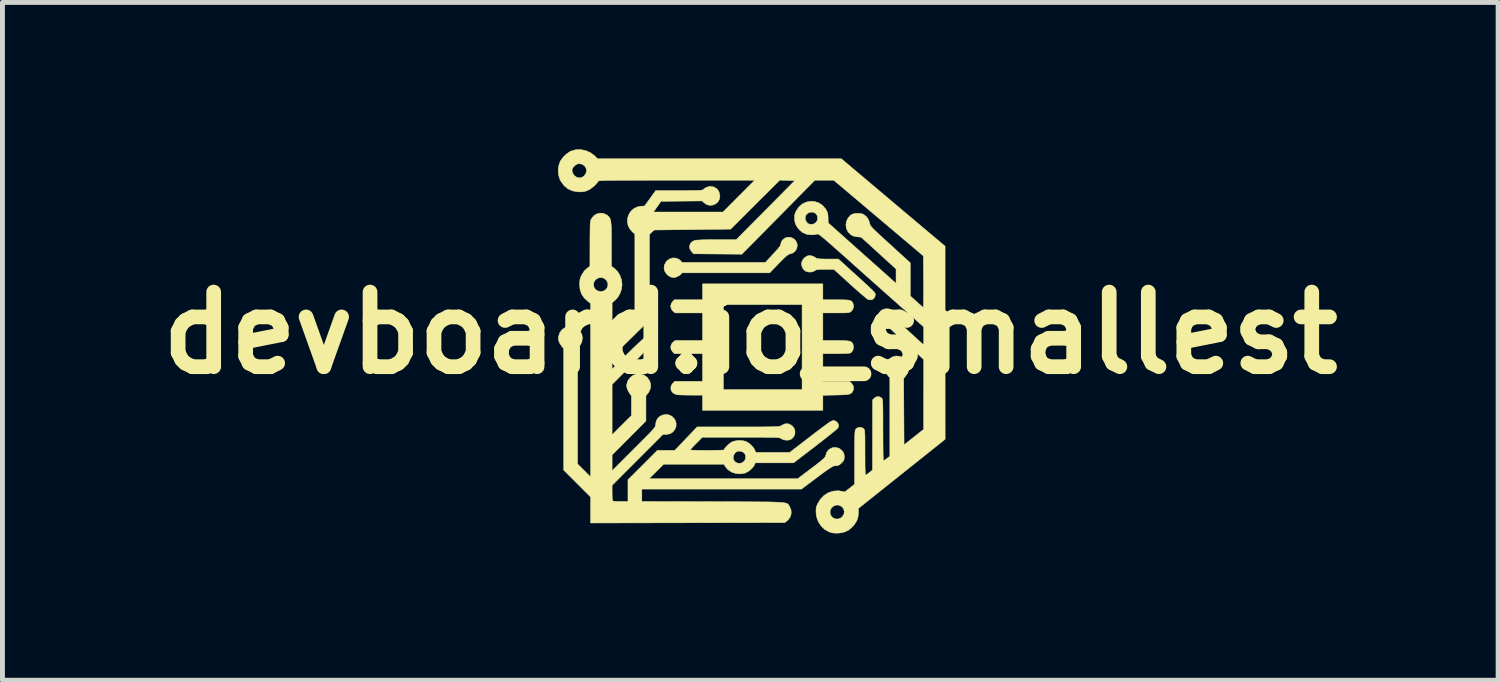
<source format=kicad_pcb>
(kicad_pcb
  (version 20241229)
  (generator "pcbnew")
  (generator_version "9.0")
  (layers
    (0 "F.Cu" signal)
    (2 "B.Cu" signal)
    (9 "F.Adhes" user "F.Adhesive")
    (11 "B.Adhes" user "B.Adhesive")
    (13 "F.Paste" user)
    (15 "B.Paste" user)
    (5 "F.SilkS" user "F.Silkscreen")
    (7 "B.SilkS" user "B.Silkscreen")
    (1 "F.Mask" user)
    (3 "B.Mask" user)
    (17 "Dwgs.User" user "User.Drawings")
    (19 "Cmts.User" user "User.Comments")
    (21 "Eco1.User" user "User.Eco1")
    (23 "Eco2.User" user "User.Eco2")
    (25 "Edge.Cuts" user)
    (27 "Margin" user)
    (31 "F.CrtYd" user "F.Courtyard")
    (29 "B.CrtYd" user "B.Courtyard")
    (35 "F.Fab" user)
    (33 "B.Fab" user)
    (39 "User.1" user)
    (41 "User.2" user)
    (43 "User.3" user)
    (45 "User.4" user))
  (footprint "devboard.io_smallest"
    (layer "F.Cu")
    (at 12.272 3.749)
    (property "Reference" "devboard.io_smallest" (at 0 0 0) (layer "F.SilkS") (effects (font (size 1.524 1.524) (thickness 0.3))))
    (attr through_hole)
    (fp_poly (pts (xy 0.839 -1.947) (xy 0.892 -1.92) (xy 0.932 -1.876) (xy 0.956 -1.819) (xy 0.96 -1.784) (xy 0.947 -1.719) (xy 0.911 -1.665) (xy 0.859 -1.628) (xy 0.819 -1.616) (xy 0.796 -1.61) (xy 0.773 -1.598) (xy 0.745 -1.578) (xy 0.709 -1.547) (xy 0.662 -1.501) (xy 0.6 -1.438) (xy 0.58 -1.417) (xy 0.396 -1.228) (xy -1.392 -1.228) (xy -1.425 -1.192) (xy -1.455 -1.17) (xy -1.495 -1.149) (xy -1.535 -1.134) (xy -1.564 -1.131) (xy -1.566 -1.131) (xy -1.584 -1.134) (xy -1.613 -1.139) (xy -1.646 -1.153) (xy -1.685 -1.18) (xy -1.7 -1.193) (xy -1.744 -1.255) (xy -1.762 -1.322) (xy -1.753 -1.389) (xy -1.718 -1.453) (xy -1.7 -1.474) (xy -1.641 -1.515) (xy -1.575 -1.532) (xy -1.508 -1.526) (xy -1.447 -1.495) (xy -1.42 -1.47) (xy -1.393 -1.439) (xy 0.308 -1.439) (xy 0.461 -1.603) (xy 0.513 -1.66) (xy 0.559 -1.712) (xy 0.593 -1.754) (xy 0.614 -1.782) (xy 0.618 -1.79) (xy 0.628 -1.84) (xy 0.641 -1.873) (xy 0.662 -1.9) (xy 0.67 -1.908) (xy 0.723 -1.944) (xy 0.781 -1.956) (xy 0.839 -1.947)) (stroke (width 0.01) (type solid)) (fill yes) (layer "F.SilkS"))
    (fp_poly (pts (xy 1.29 -1.562) (xy 1.318 -1.545) (xy 1.339 -1.532) (xy 1.36 -1.522) (xy 1.387 -1.516) (xy 1.423 -1.512) (xy 1.475 -1.51) (xy 1.547 -1.509) (xy 1.585 -1.509) (xy 1.799 -1.509) (xy 2.095 -1.24) (xy 2.205 -1.14) (xy 2.296 -1.058) (xy 2.37 -0.99) (xy 2.428 -0.936) (xy 2.472 -0.894) (xy 2.505 -0.862) (xy 2.527 -0.837) (xy 2.542 -0.819) (xy 2.55 -0.805) (xy 2.553 -0.794) (xy 2.554 -0.783) (xy 2.554 -0.782) (xy 2.542 -0.729) (xy 2.511 -0.692) (xy 2.466 -0.674) (xy 2.413 -0.681) (xy 2.405 -0.684) (xy 2.384 -0.698) (xy 2.346 -0.729) (xy 2.293 -0.773) (xy 2.228 -0.829) (xy 2.153 -0.895) (xy 2.072 -0.967) (xy 2.036 -1) (xy 1.708 -1.298) (xy 1.53 -1.298) (xy 1.454 -1.298) (xy 1.401 -1.296) (xy 1.365 -1.292) (xy 1.34 -1.285) (xy 1.321 -1.274) (xy 1.316 -1.27) (xy 1.269 -1.248) (xy 1.21 -1.242) (xy 1.15 -1.253) (xy 1.136 -1.258) (xy 1.105 -1.281) (xy 1.074 -1.317) (xy 1.07 -1.323) (xy 1.047 -1.385) (xy 1.051 -1.447) (xy 1.081 -1.506) (xy 1.107 -1.535) (xy 1.164 -1.572) (xy 1.225 -1.581) (xy 1.29 -1.562)) (stroke (width 0.01) (type solid)) (fill yes) (layer "F.SilkS"))
    (fp_poly (pts (xy 1.482 -0.677) (xy 1.754 -0.677) (xy 1.857 -0.677) (xy 1.935 -0.675) (xy 1.993 -0.671) (xy 2.034 -0.663) (xy 2.062 -0.651) (xy 2.081 -0.634) (xy 2.094 -0.611) (xy 2.102 -0.588) (xy 2.109 -0.528) (xy 2.088 -0.473) (xy 2.058 -0.439) (xy 2.046 -0.429) (xy 2.031 -0.421) (xy 2.009 -0.416) (xy 1.976 -0.412) (xy 1.928 -0.41) (xy 1.86 -0.409) (xy 1.769 -0.409) (xy 1.754 -0.409) (xy 1.482 -0.409) (xy 1.482 0.155) (xy 1.75 0.155) (xy 1.854 0.156) (xy 1.934 0.158) (xy 1.993 0.163) (xy 2.034 0.171) (xy 2.063 0.184) (xy 2.082 0.202) (xy 2.095 0.227) (xy 2.103 0.247) (xy 2.108 0.299) (xy 2.095 0.351) (xy 2.068 0.393) (xy 2.048 0.408) (xy 2.023 0.414) (xy 1.972 0.418) (xy 1.9 0.421) (xy 1.807 0.423) (xy 1.751 0.423) (xy 1.482 0.423) (xy 1.482 0.988) (xy 2.028 0.988) (xy 2.064 1.024) (xy 2.101 1.077) (xy 2.111 1.133) (xy 2.096 1.184) (xy 2.081 1.21) (xy 2.064 1.229) (xy 2.039 1.243) (xy 2.004 1.253) (xy 1.955 1.26) (xy 1.887 1.264) (xy 1.797 1.267) (xy 1.746 1.268) (xy 1.482 1.273) (xy 1.482 1.58) (xy -0.974 1.58) (xy -0.974 1.27) (xy -1.21 1.27) (xy -1.293 1.269) (xy -1.37 1.268) (xy -1.435 1.266) (xy -1.482 1.263) (xy -1.499 1.261) (xy -1.558 1.24) (xy -1.599 1.202) (xy -1.621 1.153) (xy -1.621 1.1) (xy -1.598 1.048) (xy -1.582 1.029) (xy -1.54 0.988) (xy -0.974 0.988) (xy -0.974 0.423) (xy -1.548 0.423) (xy -1.586 0.386) (xy -1.617 0.337) (xy -1.625 0.282) (xy -1.61 0.228) (xy -1.579 0.192) (xy -1.536 0.155) (xy -0.974 0.155) (xy -0.974 -0.409) (xy -1.255 -0.409) (xy -1.536 -0.409) (xy -1.579 -0.446) (xy -1.614 -0.492) (xy -1.626 -0.546) (xy -1.618 -0.579) (xy -0.55 -0.579) (xy -0.55 1.157) (xy 1.058 1.157) (xy 1.058 -0.579) (xy -0.55 -0.579) (xy -1.618 -0.579) (xy -1.613 -0.6) (xy -1.586 -0.64) (xy -1.548 -0.677) (xy -0.974 -0.677) (xy -0.974 -1.002) (xy 1.482 -1.002) (xy 1.482 -0.677)) (stroke (width 0.01) (type solid)) (fill yes) (layer "F.SilkS"))
    (fp_poly (pts (xy -3.364 -3.724) (xy -3.269 -3.684) (xy -3.186 -3.623) (xy -3.176 -3.614) (xy -3.119 -3.556) (xy 1.86 -3.556) (xy 2.919 -2.663) (xy 3.978 -1.771) (xy 3.978 0.2) (xy 3.979 2.171) (xy 3.094 2.877) (xy 2.208 3.583) (xy 2.208 3.679) (xy 2.199 3.764) (xy 2.173 3.839) (xy 2.126 3.912) (xy 2.088 3.957) (xy 2.014 4.022) (xy 1.93 4.064) (xy 1.831 4.085) (xy 1.793 4.088) (xy 1.723 4.088) (xy 1.668 4.081) (xy 1.615 4.064) (xy 1.61 4.062) (xy 1.519 4.012) (xy 1.445 3.94) (xy 1.388 3.852) (xy 1.353 3.751) (xy 1.343 3.673) (xy 1.342 3.638) (xy 1.629 3.638) (xy 1.631 3.693) (xy 1.644 3.725) (xy 1.682 3.772) (xy 1.733 3.797) (xy 1.789 3.801) (xy 1.845 3.781) (xy 1.88 3.752) (xy 1.913 3.699) (xy 1.92 3.641) (xy 1.902 3.585) (xy 1.878 3.555) (xy 1.829 3.522) (xy 1.776 3.513) (xy 1.725 3.523) (xy 1.68 3.55) (xy 1.647 3.589) (xy 1.629 3.638) (xy 1.342 3.638) (xy 1.342 3.612) (xy 1.347 3.565) (xy 1.362 3.521) (xy 1.372 3.496) (xy 1.431 3.398) (xy 1.505 3.32) (xy 1.593 3.264) (xy 1.69 3.231) (xy 1.793 3.223) (xy 1.856 3.232) (xy 1.932 3.247) (xy 2.131 3.089) (xy 2.131 2.541) (xy 2.131 2.402) (xy 2.131 2.288) (xy 2.132 2.197) (xy 2.133 2.125) (xy 2.135 2.071) (xy 2.137 2.031) (xy 2.14 2.003) (xy 2.145 1.984) (xy 2.15 1.971) (xy 2.157 1.961) (xy 2.157 1.96) (xy 2.194 1.935) (xy 2.242 1.927) (xy 2.29 1.938) (xy 2.314 1.954) (xy 2.321 1.962) (xy 2.328 1.972) (xy 2.333 1.988) (xy 2.336 2.012) (xy 2.339 2.048) (xy 2.341 2.097) (xy 2.342 2.165) (xy 2.342 2.252) (xy 2.342 2.363) (xy 2.342 2.443) (xy 2.343 2.555) (xy 2.343 2.656) (xy 2.344 2.745) (xy 2.346 2.817) (xy 2.348 2.871) (xy 2.349 2.901) (xy 2.351 2.907) (xy 2.366 2.899) (xy 2.395 2.878) (xy 2.428 2.854) (xy 2.496 2.801) (xy 2.498 1.367) (xy 2.532 1.333) (xy 2.578 1.304) (xy 2.627 1.301) (xy 2.673 1.322) (xy 2.678 1.327) (xy 2.686 1.334) (xy 2.692 1.343) (xy 2.697 1.355) (xy 2.701 1.374) (xy 2.704 1.402) (xy 2.706 1.441) (xy 2.707 1.494) (xy 2.708 1.564) (xy 2.709 1.653) (xy 2.709 1.763) (xy 2.709 1.898) (xy 2.709 1.983) (xy 2.71 2.113) (xy 2.71 2.234) (xy 2.711 2.343) (xy 2.712 2.437) (xy 2.714 2.514) (xy 2.715 2.57) (xy 2.717 2.603) (xy 2.719 2.611) (xy 2.734 2.603) (xy 2.764 2.583) (xy 2.789 2.565) (xy 2.85 2.519) (xy 2.85 1.717) (xy 2.85 0.915) (xy 2.801 0.857) (xy 2.771 0.818) (xy 2.756 0.783) (xy 2.752 0.738) (xy 2.752 0.723) (xy 2.752 0.721) (xy 2.893 0.721) (xy 2.905 0.766) (xy 2.936 0.799) (xy 2.977 0.816) (xy 3.023 0.814) (xy 3.062 0.79) (xy 3.085 0.75) (xy 3.089 0.702) (xy 3.076 0.659) (xy 3.062 0.642) (xy 3.019 0.619) (xy 2.973 0.619) (xy 2.932 0.639) (xy 2.903 0.675) (xy 2.893 0.721) (xy 2.752 0.721) (xy 2.76 0.646) (xy 2.788 0.584) (xy 2.836 0.531) (xy 2.907 0.488) (xy 2.981 0.471) (xy 3.055 0.479) (xy 3.122 0.51) (xy 3.18 0.564) (xy 3.211 0.614) (xy 3.237 0.686) (xy 3.238 0.751) (xy 3.215 0.816) (xy 3.181 0.867) (xy 3.132 0.93) (xy 3.14 2.286) (xy 3.541 1.968) (xy 3.541 1.255) (xy 3.542 0.542) (xy 3.201 0.229) (xy 2.86 -0.085) (xy 2.794 -0.085) (xy 2.725 -0.097) (xy 2.664 -0.131) (xy 2.616 -0.182) (xy 2.588 -0.243) (xy 2.582 -0.286) (xy 2.593 -0.341) (xy 2.622 -0.398) (xy 2.661 -0.447) (xy 2.685 -0.466) (xy 2.75 -0.491) (xy 2.817 -0.493) (xy 2.882 -0.474) (xy 2.938 -0.438) (xy 2.98 -0.387) (xy 3.003 -0.325) (xy 3.006 -0.295) (xy 3.007 -0.278) (xy 3.012 -0.261) (xy 3.024 -0.241) (xy 3.045 -0.215) (xy 3.078 -0.181) (xy 3.125 -0.135) (xy 3.189 -0.076) (xy 3.241 -0.027) (xy 3.311 0.037) (xy 3.375 0.096) (xy 3.431 0.147) (xy 3.475 0.186) (xy 3.503 0.211) (xy 3.509 0.216) (xy 3.542 0.242) (xy 3.542 -0.123) (xy 3.13 -0.488) (xy 3.041 -0.568) (xy 2.934 -0.663) (xy 2.813 -0.77) (xy 2.682 -0.887) (xy 2.545 -1.009) (xy 2.404 -1.134) (xy 2.264 -1.259) (xy 2.128 -1.38) (xy 2.058 -1.443) (xy 1.924 -1.563) (xy 1.808 -1.665) (xy 1.711 -1.751) (xy 1.63 -1.823) (xy 1.563 -1.881) (xy 1.51 -1.926) (xy 1.467 -1.961) (xy 1.435 -1.987) (xy 1.41 -2.004) (xy 1.392 -2.014) (xy 1.379 -2.019) (xy 1.369 -2.02) (xy 1.361 -2.018) (xy 1.326 -2.01) (xy 1.277 -2.005) (xy 1.244 -2.004) (xy 1.148 -2.016) (xy 1.064 -2.054) (xy 0.993 -2.117) (xy 0.965 -2.154) (xy 0.934 -2.203) (xy 0.917 -2.244) (xy 0.908 -2.292) (xy 0.906 -2.326) (xy 0.906 -2.332) (xy 1.121 -2.332) (xy 1.135 -2.288) (xy 1.158 -2.254) (xy 1.181 -2.231) (xy 1.182 -2.231) (xy 1.231 -2.216) (xy 1.286 -2.222) (xy 1.333 -2.247) (xy 1.367 -2.292) (xy 1.378 -2.342) (xy 1.37 -2.391) (xy 1.343 -2.433) (xy 1.301 -2.461) (xy 1.257 -2.469) (xy 1.198 -2.458) (xy 1.153 -2.428) (xy 1.126 -2.384) (xy 1.121 -2.332) (xy 0.906 -2.332) (xy 0.905 -2.383) (xy 0.91 -2.425) (xy 0.926 -2.467) (xy 0.941 -2.497) (xy 0.997 -2.577) (xy 1.067 -2.636) (xy 1.147 -2.673) (xy 1.232 -2.688) (xy 1.317 -2.682) (xy 1.4 -2.655) (xy 1.474 -2.605) (xy 1.537 -2.534) (xy 1.548 -2.516) (xy 1.571 -2.472) (xy 1.583 -2.429) (xy 1.588 -2.375) (xy 1.589 -2.347) (xy 1.591 -2.247) (xy 2.252 -1.657) (xy 2.369 -1.553) (xy 2.481 -1.454) (xy 2.585 -1.361) (xy 2.679 -1.277) (xy 2.762 -1.203) (xy 2.833 -1.14) (xy 2.887 -1.091) (xy 2.925 -1.058) (xy 2.945 -1.041) (xy 2.946 -1.04) (xy 2.977 -1.011) (xy 2.977 -1.306) (xy 2.622 -1.63) (xy 2.267 -1.954) (xy 2.186 -1.963) (xy 2.114 -1.976) (xy 2.06 -2.002) (xy 2.012 -2.048) (xy 1.994 -2.069) (xy 1.963 -2.133) (xy 1.953 -2.204) (xy 1.964 -2.276) (xy 1.994 -2.343) (xy 2.042 -2.398) (xy 2.077 -2.422) (xy 2.134 -2.439) (xy 2.203 -2.444) (xy 2.269 -2.436) (xy 2.31 -2.422) (xy 2.367 -2.379) (xy 2.411 -2.319) (xy 2.436 -2.251) (xy 2.438 -2.24) (xy 2.441 -2.224) (xy 2.446 -2.209) (xy 2.455 -2.192) (xy 2.471 -2.171) (xy 2.494 -2.144) (xy 2.528 -2.109) (xy 2.575 -2.065) (xy 2.635 -2.008) (xy 2.711 -1.938) (xy 2.806 -1.852) (xy 2.856 -1.806) (xy 3.267 -1.431) (xy 3.267 -0.755) (xy 3.396 -0.639) (xy 3.446 -0.594) (xy 3.489 -0.557) (xy 3.519 -0.532) (xy 3.534 -0.522) (xy 3.534 -0.522) (xy 3.536 -0.536) (xy 3.537 -0.574) (xy 3.538 -0.635) (xy 3.539 -0.715) (xy 3.539 -0.81) (xy 3.539 -0.919) (xy 3.539 -1.037) (xy 3.539 -1.048) (xy 3.535 -1.573) (xy 2.62 -2.346) (xy 1.705 -3.119) (xy 1.319 -3.119) (xy 0.573 -2.363) (xy -0.173 -1.608) (xy -1.159 -1.616) (xy -1.201 -1.662) (xy -1.233 -1.716) (xy -1.24 -1.772) (xy -1.224 -1.824) (xy -1.185 -1.865) (xy -1.132 -1.89) (xy -1.103 -1.894) (xy -1.049 -1.898) (xy -0.975 -1.901) (xy -0.884 -1.903) (xy -0.779 -1.905) (xy -0.683 -1.905) (xy -0.287 -1.905) (xy 0.312 -2.508) (xy 0.91 -3.111) (xy 0.601 -3.12) (xy 0.099 -2.62) (xy -0.402 -2.12) (xy -1.183 -2.111) (xy -1.964 -2.102) (xy -2.012 -2.057) (xy -2.06 -2.012) (xy -2.06 -1.136) (xy -2.06 -0.261) (xy -2.441 0.113) (xy -2.823 0.487) (xy -2.823 0.614) (xy -2.822 0.741) (xy -2.508 0.427) (xy -2.43 0.35) (xy -2.356 0.278) (xy -2.29 0.215) (xy -2.234 0.164) (xy -2.192 0.126) (xy -2.165 0.105) (xy -2.159 0.101) (xy -2.109 0.096) (xy -2.065 0.113) (xy -2.034 0.147) (xy -2.021 0.193) (xy -2.024 0.221) (xy -2.038 0.244) (xy -2.072 0.286) (xy -2.127 0.347) (xy -2.203 0.427) (xy -2.299 0.526) (xy -2.416 0.644) (xy -2.428 0.656) (xy -2.822 1.052) (xy -2.822 2.081) (xy -2.625 1.884) (xy -2.427 1.687) (xy -2.427 1.287) (xy -2.477 1.214) (xy -2.514 1.141) (xy -2.526 1.073) (xy -2.511 1.004) (xy -2.498 0.974) (xy -2.45 0.908) (xy -2.389 0.863) (xy -2.318 0.839) (xy -2.245 0.838) (xy -2.173 0.859) (xy -2.109 0.905) (xy -2.098 0.917) (xy -2.052 0.986) (xy -2.033 1.061) (xy -2.04 1.137) (xy -2.074 1.21) (xy -2.088 1.229) (xy -2.131 1.282) (xy -2.131 1.798) (xy -2.477 2.145) (xy -2.822 2.491) (xy -2.822 2.815) (xy -2.378 2.371) (xy -2.272 2.265) (xy -2.184 2.177) (xy -2.113 2.105) (xy -2.057 2.048) (xy -2.014 2.002) (xy -1.982 1.967) (xy -1.96 1.939) (xy -1.946 1.919) (xy -1.938 1.902) (xy -1.934 1.888) (xy -1.933 1.874) (xy -1.933 1.87) (xy -1.921 1.799) (xy -1.889 1.743) (xy -1.842 1.701) (xy -1.784 1.675) (xy -1.721 1.666) (xy -1.658 1.675) (xy -1.599 1.704) (xy -1.551 1.754) (xy -1.536 1.778) (xy -1.514 1.845) (xy -1.517 1.913) (xy -1.542 1.974) (xy -1.585 2.025) (xy -1.643 2.06) (xy -1.714 2.074) (xy -1.72 2.074) (xy -1.785 2.074) (xy -2.822 3.112) (xy -2.822 3.255) (xy -2.821 3.318) (xy -2.819 3.372) (xy -2.816 3.409) (xy -2.814 3.421) (xy -2.805 3.431) (xy -2.786 3.437) (xy -2.751 3.441) (xy -2.696 3.443) (xy -2.651 3.443) (xy -2.498 3.443) (xy -2.498 2.998) (xy -2.198 2.699) (xy -2.057 2.558) (xy -0.35 2.558) (xy -0.334 2.604) (xy -0.302 2.639) (xy -0.258 2.66) (xy -0.205 2.663) (xy -0.156 2.646) (xy -0.119 2.613) (xy -0.1 2.578) (xy -0.093 2.519) (xy -0.11 2.469) (xy -0.148 2.433) (xy -0.204 2.414) (xy -0.228 2.413) (xy -0.27 2.419) (xy -0.303 2.442) (xy -0.316 2.456) (xy -0.345 2.508) (xy -0.35 2.558) (xy -2.057 2.558) (xy -1.898 2.399) (xy -1.542 2.399) (xy -1.313 2.159) (xy -1.084 1.919) (xy -0.244 1.919) (xy -0.069 1.919) (xy 0.08 1.919) (xy 0.205 1.919) (xy 0.309 1.918) (xy 0.393 1.917) (xy 0.46 1.916) (xy 0.513 1.914) (xy 0.552 1.912) (xy 0.581 1.909) (xy 0.602 1.906) (xy 0.616 1.902) (xy 0.626 1.897) (xy 0.634 1.892) (xy 0.698 1.859) (xy 0.761 1.854) (xy 0.794 1.862) (xy 0.852 1.894) (xy 0.892 1.941) (xy 0.912 1.997) (xy 0.912 2.057) (xy 0.891 2.114) (xy 0.848 2.161) (xy 0.838 2.168) (xy 0.785 2.188) (xy 0.723 2.19) (xy 0.663 2.175) (xy 0.638 2.161) (xy 0.629 2.155) (xy 0.618 2.149) (xy 0.605 2.145) (xy 0.586 2.141) (xy 0.559 2.138) (xy 0.522 2.135) (xy 0.473 2.134) (xy 0.409 2.132) (xy 0.328 2.132) (xy 0.228 2.131) (xy 0.107 2.131) (xy -0.039 2.131) (xy -0.193 2.131) (xy -0.981 2.131) (xy -1.104 2.255) (xy -1.152 2.303) (xy -1.19 2.344) (xy -1.217 2.374) (xy -1.228 2.388) (xy -1.228 2.389) (xy -1.214 2.391) (xy -1.176 2.394) (xy -1.118 2.396) (xy -1.043 2.398) (xy -0.954 2.399) (xy -0.882 2.399) (xy -0.787 2.398) (xy -0.701 2.397) (xy -0.63 2.395) (xy -0.576 2.393) (xy -0.544 2.39) (xy -0.536 2.387) (xy -0.526 2.365) (xy -0.5 2.332) (xy -0.463 2.295) (xy -0.423 2.259) (xy -0.386 2.233) (xy -0.376 2.227) (xy -0.313 2.206) (xy -0.236 2.197) (xy -0.158 2.2) (xy -0.091 2.215) (xy -0.083 2.219) (xy -0.028 2.252) (xy 0.027 2.301) (xy 0.072 2.355) (xy 0.093 2.394) (xy 0.113 2.441) (xy 0.805 2.441) (xy 1.203 2.135) (xy 1.297 2.062) (xy 1.386 1.995) (xy 1.467 1.934) (xy 1.537 1.883) (xy 1.592 1.842) (xy 1.631 1.815) (xy 1.649 1.804) (xy 1.693 1.788) (xy 1.73 1.794) (xy 1.771 1.822) (xy 1.774 1.825) (xy 1.801 1.865) (xy 1.801 1.912) (xy 1.788 1.942) (xy 1.773 1.957) (xy 1.739 1.987) (xy 1.687 2.03) (xy 1.619 2.084) (xy 1.54 2.147) (xy 1.451 2.217) (xy 1.354 2.292) (xy 1.327 2.313) (xy 0.883 2.653) (xy 0.102 2.653) (xy 0.084 2.696) (xy 0.056 2.741) (xy 0.01 2.788) (xy -0.045 2.83) (xy -0.099 2.858) (xy -0.11 2.862) (xy -0.205 2.878) (xy -0.298 2.87) (xy -0.384 2.84) (xy -0.457 2.791) (xy -0.509 2.729) (xy -0.539 2.681) (xy -1.771 2.681) (xy -1.919 2.829) (xy -2.067 2.977) (xy 0.969 2.977) (xy 1.25 2.764) (xy 1.339 2.697) (xy 1.407 2.644) (xy 1.458 2.602) (xy 1.494 2.571) (xy 1.518 2.547) (xy 1.531 2.528) (xy 1.538 2.511) (xy 1.539 2.507) (xy 1.564 2.433) (xy 1.608 2.379) (xy 1.67 2.347) (xy 1.686 2.343) (xy 1.758 2.339) (xy 1.825 2.363) (xy 1.876 2.407) (xy 1.903 2.444) (xy 1.916 2.481) (xy 1.919 2.528) (xy 1.917 2.573) (xy 1.906 2.605) (xy 1.882 2.636) (xy 1.864 2.655) (xy 1.828 2.686) (xy 1.795 2.706) (xy 1.78 2.711) (xy 1.742 2.713) (xy 1.711 2.715) (xy 1.687 2.724) (xy 1.644 2.749) (xy 1.582 2.79) (xy 1.499 2.849) (xy 1.396 2.925) (xy 1.359 2.953) (xy 1.045 3.189) (xy -2.215 3.189) (xy -2.215 3.443) (xy -0.766 3.446) (xy -0.526 3.447) (xy -0.314 3.447) (xy -0.126 3.448) (xy 0.038 3.449) (xy 0.181 3.45) (xy 0.303 3.451) (xy 0.407 3.452) (xy 0.494 3.455) (xy 0.566 3.458) (xy 0.624 3.461) (xy 0.67 3.466) (xy 0.706 3.471) (xy 0.733 3.478) (xy 0.753 3.486) (xy 0.768 3.495) (xy 0.778 3.506) (xy 0.787 3.518) (xy 0.794 3.531) (xy 0.803 3.547) (xy 0.805 3.551) (xy 0.833 3.62) (xy 0.835 3.692) (xy 0.813 3.762) (xy 0.768 3.823) (xy 0.743 3.844) (xy 0.703 3.873) (xy -3.26 3.881) (xy -3.26 3.351) (xy -3.81 2.801) (xy -3.81 0.322) (xy -3.852 0.269) (xy -3.896 0.203) (xy -3.917 0.144) (xy -3.917 0.083) (xy -3.916 0.078) (xy -3.891 -0.003) (xy -3.845 -0.066) (xy -3.781 -0.109) (xy -3.7 -0.13) (xy -3.668 -0.132) (xy -3.614 -0.129) (xy -3.575 -0.118) (xy -3.539 -0.096) (xy -3.535 -0.092) (xy -3.474 -0.034) (xy -3.44 0.031) (xy -3.429 0.103) (xy -3.44 0.183) (xy -3.474 0.248) (xy -3.498 0.274) (xy -3.528 0.301) (xy -3.528 2.675) (xy -3.394 2.808) (xy -3.26 2.942) (xy -3.26 -0.603) (xy -3.313 -0.643) (xy -3.392 -0.715) (xy -3.447 -0.797) (xy -3.477 -0.892) (xy -3.485 -0.988) (xy -3.203 -0.988) (xy -3.191 -0.93) (xy -3.159 -0.886) (xy -3.114 -0.857) (xy -3.06 -0.845) (xy -3.005 -0.852) (xy -2.954 -0.881) (xy -2.939 -0.897) (xy -2.911 -0.947) (xy -2.907 -1.002) (xy -2.924 -1.055) (xy -2.959 -1.099) (xy -3.011 -1.126) (xy -3.013 -1.127) (xy -3.073 -1.131) (xy -3.129 -1.112) (xy -3.172 -1.074) (xy -3.198 -1.023) (xy -3.203 -0.988) (xy -3.485 -0.988) (xy -3.485 -0.989) (xy -3.483 -1.052) (xy -3.476 -1.1) (xy -3.46 -1.146) (xy -3.442 -1.184) (xy -3.391 -1.265) (xy -3.336 -1.316) (xy -3.275 -1.362) (xy -3.274 -1.82) (xy -3.274 -1.946) (xy -3.273 -2.047) (xy -3.272 -2.127) (xy -3.271 -2.187) (xy -3.269 -2.232) (xy -3.265 -2.266) (xy -3.261 -2.29) (xy -3.255 -2.308) (xy -3.247 -2.324) (xy -3.242 -2.335) (xy -3.195 -2.393) (xy -3.134 -2.431) (xy -3.065 -2.447) (xy -2.996 -2.44) (xy -2.931 -2.409) (xy -2.926 -2.406) (xy -2.903 -2.387) (xy -2.884 -2.368) (xy -2.869 -2.346) (xy -2.858 -2.318) (xy -2.849 -2.281) (xy -2.843 -2.232) (xy -2.839 -2.167) (xy -2.837 -2.083) (xy -2.836 -1.979) (xy -2.836 -1.849) (xy -2.836 -1.817) (xy -2.835 -1.362) (xy -2.773 -1.316) (xy -2.71 -1.253) (xy -2.661 -1.172) (xy -2.629 -1.079) (xy -2.619 -0.988) (xy -2.63 -0.894) (xy -2.662 -0.803) (xy -2.71 -0.722) (xy -2.766 -0.663) (xy -2.822 -0.619) (xy -2.822 0.091) (xy -2.589 -0.141) (xy -2.357 -0.374) (xy -2.357 -2.019) (xy -2.408 -2.064) (xy -2.465 -2.13) (xy -2.498 -2.205) (xy -2.51 -2.283) (xy -2.501 -2.361) (xy -2.473 -2.434) (xy -2.427 -2.498) (xy -2.365 -2.547) (xy -2.289 -2.579) (xy -2.229 -2.588) (xy -2.158 -2.592) (xy -2.045 -2.749) (xy -1.932 -2.907) (xy -1.454 -2.907) (xy -1.324 -2.907) (xy -1.219 -2.908) (xy -1.136 -2.908) (xy -1.073 -2.91) (xy -1.027 -2.912) (xy -0.996 -2.916) (xy -0.975 -2.92) (xy -0.963 -2.925) (xy -0.959 -2.929) (xy -0.914 -2.964) (xy -0.856 -2.986) (xy -0.811 -2.992) (xy -0.74 -2.979) (xy -0.683 -2.944) (xy -0.642 -2.889) (xy -0.623 -2.819) (xy -0.621 -2.79) (xy -0.633 -2.724) (xy -0.666 -2.671) (xy -0.714 -2.632) (xy -0.773 -2.61) (xy -0.836 -2.607) (xy -0.898 -2.626) (xy -0.945 -2.66) (xy -0.983 -2.696) (xy -1.403 -2.692) (xy -1.823 -2.688) (xy -1.978 -2.469) (xy -0.557 -2.469) (xy -0.233 -2.794) (xy 0.091 -3.119) (xy -1.506 -3.119) (xy -1.752 -3.119) (xy -1.971 -3.119) (xy -2.166 -3.118) (xy -2.336 -3.118) (xy -2.485 -3.118) (xy -2.613 -3.117) (xy -2.723 -3.117) (xy -2.814 -3.116) (xy -2.89 -3.115) (xy -2.952 -3.114) (xy -3 -3.112) (xy -3.038 -3.11) (xy -3.065 -3.108) (xy -3.085 -3.106) (xy -3.097 -3.103) (xy -3.105 -3.099) (xy -3.109 -3.096) (xy -3.111 -3.092) (xy -3.111 -3.091) (xy -3.126 -3.068) (xy -3.155 -3.034) (xy -3.194 -2.996) (xy -3.197 -2.994) (xy -3.276 -2.933) (xy -3.357 -2.896) (xy -3.447 -2.881) (xy -3.52 -2.882) (xy -3.63 -2.901) (xy -3.726 -2.945) (xy -3.806 -3.012) (xy -3.871 -3.103) (xy -3.891 -3.144) (xy -3.916 -3.228) (xy -3.923 -3.323) (xy -3.923 -3.324) (xy -3.641 -3.324) (xy -3.628 -3.264) (xy -3.595 -3.214) (xy -3.547 -3.18) (xy -3.49 -3.166) (xy -3.464 -3.168) (xy -3.427 -3.183) (xy -3.389 -3.211) (xy -3.383 -3.218) (xy -3.351 -3.27) (xy -3.344 -3.324) (xy -3.358 -3.376) (xy -3.392 -3.419) (xy -3.442 -3.448) (xy -3.5 -3.457) (xy -3.543 -3.446) (xy -3.586 -3.416) (xy -3.621 -3.377) (xy -3.64 -3.335) (xy -3.641 -3.324) (xy -3.923 -3.324) (xy -3.911 -3.418) (xy -3.881 -3.504) (xy -3.881 -3.504) (xy -3.83 -3.579) (xy -3.761 -3.648) (xy -3.684 -3.702) (xy -3.659 -3.714) (xy -3.565 -3.741) (xy -3.465 -3.744) (xy -3.364 -3.724)) (stroke (width 0.01) (type solid)) (fill yes) (layer "F.SilkS")))
  (gr_rect
    (start -3 -3)
    (end 27.544 10.842)
    (stroke (width 0.1) (type default))
    (fill no)
    (layer "Edge.Cuts")))
</source>
